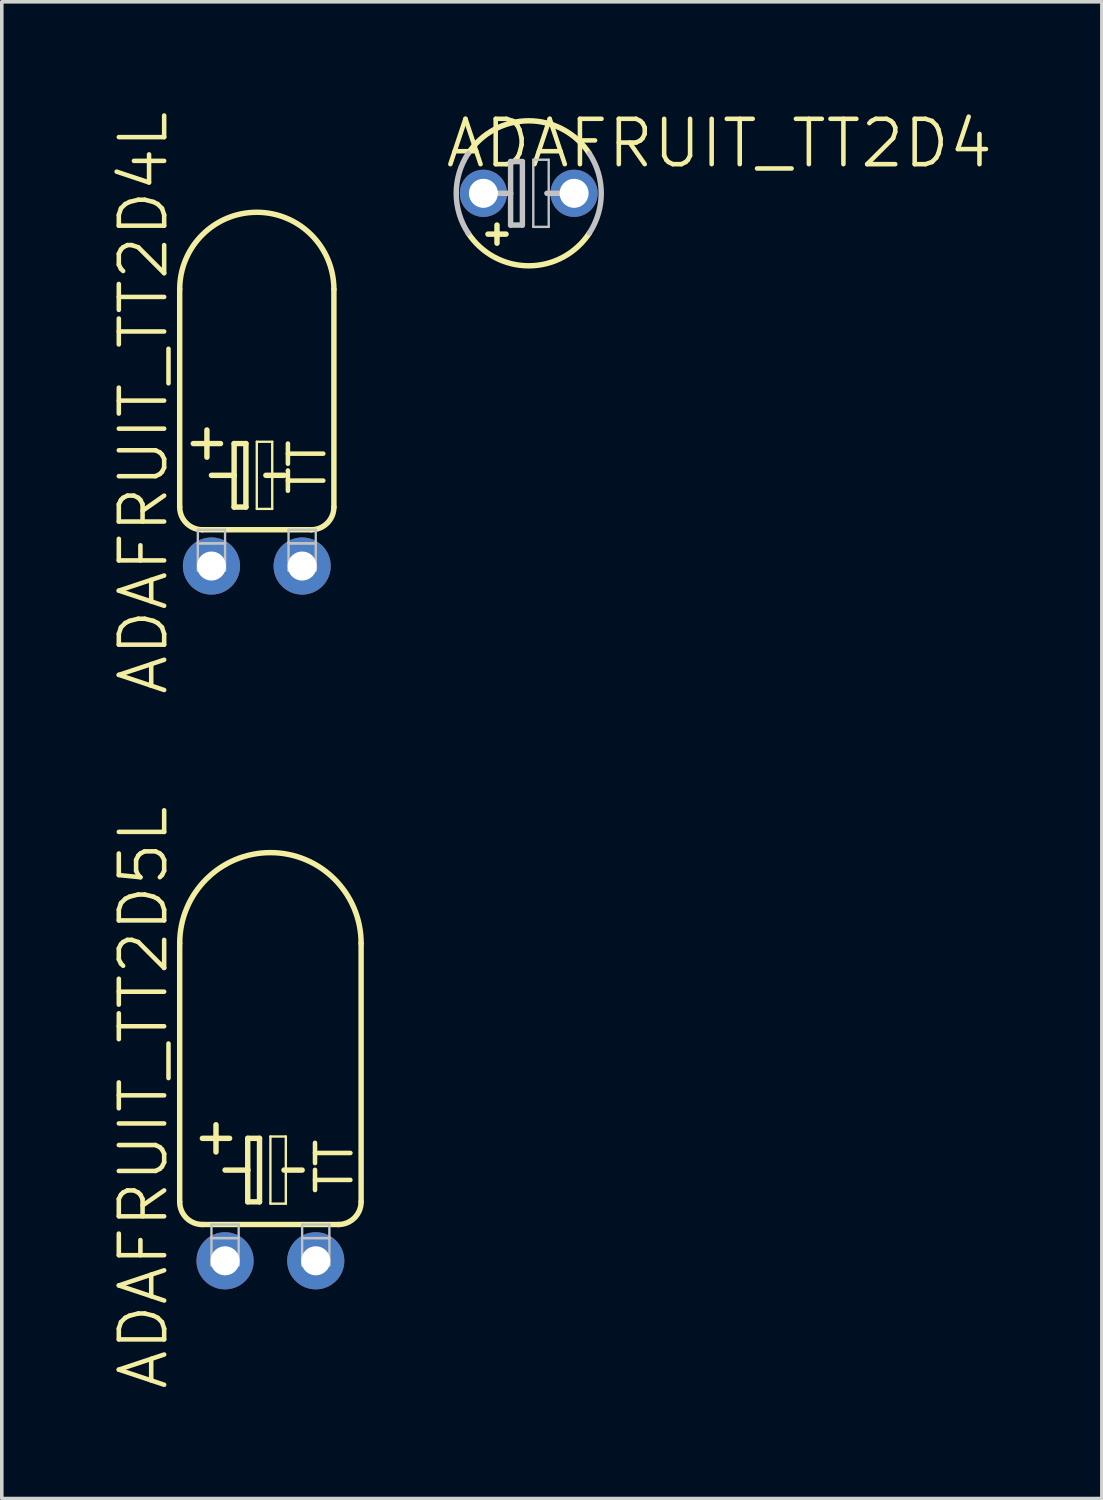
<source format=kicad_pcb>
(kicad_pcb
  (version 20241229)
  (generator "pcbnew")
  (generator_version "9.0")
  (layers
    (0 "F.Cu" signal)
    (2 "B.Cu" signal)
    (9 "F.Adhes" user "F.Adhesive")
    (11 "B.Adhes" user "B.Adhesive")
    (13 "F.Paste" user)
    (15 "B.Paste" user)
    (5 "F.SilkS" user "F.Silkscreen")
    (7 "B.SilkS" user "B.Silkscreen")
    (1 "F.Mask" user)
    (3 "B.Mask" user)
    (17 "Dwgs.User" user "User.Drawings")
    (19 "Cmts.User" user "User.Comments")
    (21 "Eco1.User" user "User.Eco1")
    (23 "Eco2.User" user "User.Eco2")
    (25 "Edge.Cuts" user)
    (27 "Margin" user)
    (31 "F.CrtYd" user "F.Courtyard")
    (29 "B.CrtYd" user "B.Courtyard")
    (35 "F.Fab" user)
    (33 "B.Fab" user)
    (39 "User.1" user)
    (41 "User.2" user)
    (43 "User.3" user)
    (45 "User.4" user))
  (footprint "ADAFRUIT_TT2D4L"
    (layer "F.Cu")
    (at 4.141 12.8)
    (property "Reference" "ADAFRUIT_TT2D4L" (at -3.175 -4.572 90) (layer "F.SilkS") (effects (font (size 1.27 1.27) (thickness 0.127))))
    (attr exclude_from_pos_files exclude_from_bom)
    (fp_line (start -2.159 -7.747) (end -2.159 -1.651) (stroke (width 0.152) (type solid)) (layer "F.SilkS"))
    (fp_line (start -1.778 -3.429) (end -1.016 -3.429) (stroke (width 0.152) (type solid)) (layer "F.SilkS"))
    (fp_line (start -1.524 -1.016) (end 1.524 -1.016) (stroke (width 0.152) (type solid)) (layer "F.SilkS"))
    (fp_line (start -1.397 -3.81) (end -1.397 -3.048) (stroke (width 0.152) (type solid)) (layer "F.SilkS"))
    (fp_line (start -1.27 -2.54) (end -0.635 -2.54) (stroke (width 0.152) (type solid)) (layer "F.SilkS"))
    (fp_line (start -0.635 -3.429) (end -0.635 -2.54) (stroke (width 0.152) (type solid)) (layer "F.SilkS"))
    (fp_line (start -0.635 -2.54) (end -0.635 -1.651) (stroke (width 0.152) (type solid)) (layer "F.SilkS"))
    (fp_line (start -0.635 -1.651) (end -0.305 -1.651) (stroke (width 0.152) (type solid)) (layer "F.SilkS"))
    (fp_line (start -0.305 -3.429) (end -0.635 -3.429) (stroke (width 0.152) (type solid)) (layer "F.SilkS"))
    (fp_line (start -0.305 -1.651) (end -0.305 -3.429) (stroke (width 0.152) (type solid)) (layer "F.SilkS"))
    (fp_line (start 0 -3.48) (end 0.432 -3.48) (stroke (width 0.066) (type solid)) (layer "F.SilkS"))
    (fp_line (start 0 -1.6) (end 0 -3.48) (stroke (width 0.066) (type solid)) (layer "F.SilkS"))
    (fp_line (start 0 -1.6) (end 0.432 -1.6) (stroke (width 0.066) (type solid)) (layer "F.SilkS"))
    (fp_line (start 0.254 -2.54) (end 0.762 -2.54) (stroke (width 0.152) (type solid)) (layer "F.SilkS"))
    (fp_line (start 0.432 -1.6) (end 0.432 -3.48) (stroke (width 0.066) (type solid)) (layer "F.SilkS"))
    (fp_line (start 2.159 -7.747) (end 2.159 -1.651) (stroke (width 0.152) (type solid)) (layer "F.SilkS"))
    (fp_arc (start -2.159 -7.747) (mid 0 -9.906) (end 2.159 -7.747) (stroke (width 0.1524) (type solid)) (layer "F.SilkS"))
    (fp_arc (start -1.524 -1.016) (mid -1.973013 -1.201987) (end -2.159 -1.651) (stroke (width 0.1524) (type solid)) (layer "F.SilkS"))
    (fp_arc (start 2.159 -1.651) (mid 1.973013 -1.201987) (end 1.524 -1.016) (stroke (width 0.1524) (type solid)) (layer "F.SilkS"))
    (fp_line (start -1.651 -1.016) (end -0.889 -1.016) (stroke (width 0.066) (type solid)) (layer "Dwgs.User"))
    (fp_line (start -1.651 -0.635) (end -1.651 -1.016) (stroke (width 0.066) (type solid)) (layer "Dwgs.User"))
    (fp_line (start -1.651 -0.635) (end -0.889 -0.635) (stroke (width 0.066) (type solid)) (layer "Dwgs.User"))
    (fp_line (start -1.651 -0.635) (end -0.889 -0.635) (stroke (width 0.066) (type solid)) (layer "Dwgs.User"))
    (fp_line (start -1.651 0.127) (end -1.651 -0.635) (stroke (width 0.066) (type solid)) (layer "Dwgs.User"))
    (fp_line (start -1.651 0.127) (end -0.889 0.127) (stroke (width 0.066) (type solid)) (layer "Dwgs.User"))
    (fp_line (start -0.889 -0.635) (end -0.889 -1.016) (stroke (width 0.066) (type solid)) (layer "Dwgs.User"))
    (fp_line (start -0.889 0.127) (end -0.889 -0.635) (stroke (width 0.066) (type solid)) (layer "Dwgs.User"))
    (fp_line (start 0.889 -1.016) (end 1.651 -1.016) (stroke (width 0.066) (type solid)) (layer "Dwgs.User"))
    (fp_line (start 0.889 -0.635) (end 0.889 -1.016) (stroke (width 0.066) (type solid)) (layer "Dwgs.User"))
    (fp_line (start 0.889 -0.635) (end 1.651 -0.635) (stroke (width 0.066) (type solid)) (layer "Dwgs.User"))
    (fp_line (start 0.889 -0.635) (end 1.651 -0.635) (stroke (width 0.066) (type solid)) (layer "Dwgs.User"))
    (fp_line (start 0.889 0.127) (end 0.889 -0.635) (stroke (width 0.066) (type solid)) (layer "Dwgs.User"))
    (fp_line (start 0.889 0.127) (end 1.651 0.127) (stroke (width 0.066) (type solid)) (layer "Dwgs.User"))
    (fp_line (start 1.651 -0.635) (end 1.651 -1.016) (stroke (width 0.066) (type solid)) (layer "Dwgs.User"))
    (fp_line (start 1.651 0.127) (end 1.651 -0.635) (stroke (width 0.066) (type solid)) (layer "Dwgs.User"))
    (fp_text user "TT" (at 1.41 -2.769 90) (layer "F.SilkS") (effects (font (size 0.991 0.991) (thickness 0.127))))
    (pad "+" thru_hole circle (at -1.27 0) (size 1.6 1.6) (drill 0.813) (layers "*.Cu" "*.Paste" "*.Mask"))
    (pad "-" thru_hole circle (at 1.27 0) (size 1.6 1.6) (drill 0.813) (layers "*.Cu" "*.Paste" "*.Mask")))
  (footprint "ADAFRUIT_TT2D4"
    (layer "F.Cu")
    (at 11.756 2.363)
    (property "Reference" "ADAFRUIT_TT2D4" (at 5.334 -1.397 0) (layer "F.SilkS") (effects (font (size 1.27 1.27) (thickness 0.127))))
    (attr exclude_from_pos_files exclude_from_bom)
    (fp_line (start -0.889 1.397) (end -0.889 0.889) (stroke (width 0.152) (type solid)) (layer "F.SilkS"))
    (fp_line (start -0.635 1.143) (end -1.143 1.143) (stroke (width 0.152) (type solid)) (layer "F.SilkS"))
    (fp_arc (start -1.69672 -1.11506) (mid 0.000437 -2.030324) (end 1.6972 -1.114329) (stroke (width 0.1524) (type solid)) (layer "F.SilkS"))
    (fp_arc (start 1.69672 1.11506) (mid -0.000437 2.030324) (end -1.6972 1.114329) (stroke (width 0.1524) (type solid)) (layer "F.SilkS"))
    (fp_line (start -1.016 0) (end -0.508 0) (stroke (width 0.152) (type solid)) (layer "Dwgs.User"))
    (fp_line (start -0.508 -0.889) (end -0.508 0) (stroke (width 0.152) (type solid)) (layer "Dwgs.User"))
    (fp_line (start -0.508 0) (end -0.508 0.889) (stroke (width 0.152) (type solid)) (layer "Dwgs.User"))
    (fp_line (start -0.508 0.889) (end -0.178 0.889) (stroke (width 0.152) (type solid)) (layer "Dwgs.User"))
    (fp_line (start -0.178 -0.889) (end -0.508 -0.889) (stroke (width 0.152) (type solid)) (layer "Dwgs.User"))
    (fp_line (start -0.178 0.889) (end -0.178 -0.889) (stroke (width 0.152) (type solid)) (layer "Dwgs.User"))
    (fp_line (start 0.127 -0.94) (end 0.559 -0.94) (stroke (width 0.066) (type solid)) (layer "Dwgs.User"))
    (fp_line (start 0.127 0.94) (end 0.127 -0.94) (stroke (width 0.066) (type solid)) (layer "Dwgs.User"))
    (fp_line (start 0.127 0.94) (end 0.559 0.94) (stroke (width 0.066) (type solid)) (layer "Dwgs.User"))
    (fp_line (start 0.508 0) (end 1.016 0) (stroke (width 0.152) (type solid)) (layer "Dwgs.User"))
    (fp_line (start 0.559 0.94) (end 0.559 -0.94) (stroke (width 0.066) (type solid)) (layer "Dwgs.User"))
    (fp_arc (start -1.69672 1.11506) (mid -2.030323 0.002209) (end -1.699143 -1.111365) (stroke (width 0.1524) (type solid)) (layer "Dwgs.User"))
    (fp_arc (start 1.69672 -1.11506) (mid 2.030323 -0.002209) (end 1.699143 1.111365) (stroke (width 0.1524) (type solid)) (layer "Dwgs.User"))
    (pad "+" thru_hole circle (at -1.27 0) (size 1.321 1.321) (drill 0.813) (layers "*.Cu" "*.Paste" "*.Mask"))
    (pad "-" thru_hole circle (at 1.27 0) (size 1.321 1.321) (drill 0.813) (layers "*.Cu" "*.Paste" "*.Mask")))
  (footprint "ADAFRUIT_TT2D5L"
    (layer "F.Cu")
    (at 4.522 32.255)
    (property "Reference" "ADAFRUIT_TT2D5L" (at -3.556 -4.572 90) (layer "F.SilkS") (effects (font (size 1.27 1.27) (thickness 0.127))))
    (attr exclude_from_pos_files exclude_from_bom)
    (fp_line (start -2.54 -8.89) (end -2.54 -1.651) (stroke (width 0.152) (type solid)) (layer "F.SilkS"))
    (fp_line (start -1.905 -3.429) (end -1.143 -3.429) (stroke (width 0.152) (type solid)) (layer "F.SilkS"))
    (fp_line (start -1.905 -1.016) (end 1.905 -1.016) (stroke (width 0.152) (type solid)) (layer "F.SilkS"))
    (fp_line (start -1.524 -3.81) (end -1.524 -3.048) (stroke (width 0.152) (type solid)) (layer "F.SilkS"))
    (fp_line (start -1.27 -2.54) (end -0.635 -2.54) (stroke (width 0.152) (type solid)) (layer "F.SilkS"))
    (fp_line (start -0.635 -3.429) (end -0.635 -2.54) (stroke (width 0.152) (type solid)) (layer "F.SilkS"))
    (fp_line (start -0.635 -2.54) (end -0.635 -1.651) (stroke (width 0.152) (type solid)) (layer "F.SilkS"))
    (fp_line (start -0.635 -1.651) (end -0.305 -1.651) (stroke (width 0.152) (type solid)) (layer "F.SilkS"))
    (fp_line (start -0.305 -3.429) (end -0.635 -3.429) (stroke (width 0.152) (type solid)) (layer "F.SilkS"))
    (fp_line (start -0.305 -1.651) (end -0.305 -3.429) (stroke (width 0.152) (type solid)) (layer "F.SilkS"))
    (fp_line (start 0 -3.48) (end 0.432 -3.48) (stroke (width 0.066) (type solid)) (layer "F.SilkS"))
    (fp_line (start 0 -1.6) (end 0 -3.48) (stroke (width 0.066) (type solid)) (layer "F.SilkS"))
    (fp_line (start 0 -1.6) (end 0.432 -1.6) (stroke (width 0.066) (type solid)) (layer "F.SilkS"))
    (fp_line (start 0.381 -2.54) (end 0.889 -2.54) (stroke (width 0.152) (type solid)) (layer "F.SilkS"))
    (fp_line (start 0.432 -1.6) (end 0.432 -3.48) (stroke (width 0.066) (type solid)) (layer "F.SilkS"))
    (fp_line (start 2.54 -8.89) (end 2.54 -1.651) (stroke (width 0.152) (type solid)) (layer "F.SilkS"))
    (fp_arc (start -2.54 -8.89) (mid 0 -11.43) (end 2.54 -8.89) (stroke (width 0.1524) (type solid)) (layer "F.SilkS"))
    (fp_arc (start -1.905 -1.016) (mid -2.354013 -1.201987) (end -2.54 -1.651) (stroke (width 0.1524) (type solid)) (layer "F.SilkS"))
    (fp_arc (start 2.54 -1.651) (mid 2.354013 -1.201987) (end 1.905 -1.016) (stroke (width 0.1524) (type solid)) (layer "F.SilkS"))
    (fp_line (start -1.651 -1.016) (end -0.889 -1.016) (stroke (width 0.066) (type solid)) (layer "Dwgs.User"))
    (fp_line (start -1.651 -0.635) (end -1.651 -1.016) (stroke (width 0.066) (type solid)) (layer "Dwgs.User"))
    (fp_line (start -1.651 -0.635) (end -0.889 -0.635) (stroke (width 0.066) (type solid)) (layer "Dwgs.User"))
    (fp_line (start -1.651 -0.635) (end -0.889 -0.635) (stroke (width 0.066) (type solid)) (layer "Dwgs.User"))
    (fp_line (start -1.651 0.127) (end -1.651 -0.635) (stroke (width 0.066) (type solid)) (layer "Dwgs.User"))
    (fp_line (start -1.651 0.127) (end -0.889 0.127) (stroke (width 0.066) (type solid)) (layer "Dwgs.User"))
    (fp_line (start -0.889 -0.635) (end -0.889 -1.016) (stroke (width 0.066) (type solid)) (layer "Dwgs.User"))
    (fp_line (start -0.889 0.127) (end -0.889 -0.635) (stroke (width 0.066) (type solid)) (layer "Dwgs.User"))
    (fp_line (start 0.889 -1.016) (end 1.651 -1.016) (stroke (width 0.066) (type solid)) (layer "Dwgs.User"))
    (fp_line (start 0.889 -0.635) (end 0.889 -1.016) (stroke (width 0.066) (type solid)) (layer "Dwgs.User"))
    (fp_line (start 0.889 -0.635) (end 1.651 -0.635) (stroke (width 0.066) (type solid)) (layer "Dwgs.User"))
    (fp_line (start 0.889 -0.635) (end 1.651 -0.635) (stroke (width 0.066) (type solid)) (layer "Dwgs.User"))
    (fp_line (start 0.889 0.127) (end 0.889 -0.635) (stroke (width 0.066) (type solid)) (layer "Dwgs.User"))
    (fp_line (start 0.889 0.127) (end 1.651 0.127) (stroke (width 0.066) (type solid)) (layer "Dwgs.User"))
    (fp_line (start 1.651 -0.635) (end 1.651 -1.016) (stroke (width 0.066) (type solid)) (layer "Dwgs.User"))
    (fp_line (start 1.651 0.127) (end 1.651 -0.635) (stroke (width 0.066) (type solid)) (layer "Dwgs.User"))
    (fp_text user "TT" (at 1.788 -2.642 90) (layer "F.SilkS") (effects (font (size 0.991 0.991) (thickness 0.127))))
    (pad "+" thru_hole circle (at -1.27 0) (size 1.6 1.6) (drill 0.813) (layers "*.Cu" "*.Paste" "*.Mask"))
    (pad "-" thru_hole circle (at 1.27 0) (size 1.6 1.6) (drill 0.813) (layers "*.Cu" "*.Paste" "*.Mask")))
  (gr_rect
    (start -3 -3)
    (end 27.804 38.911)
    (stroke (width 0.1) (type default))
    (fill no)
    (layer "Edge.Cuts")))
</source>
